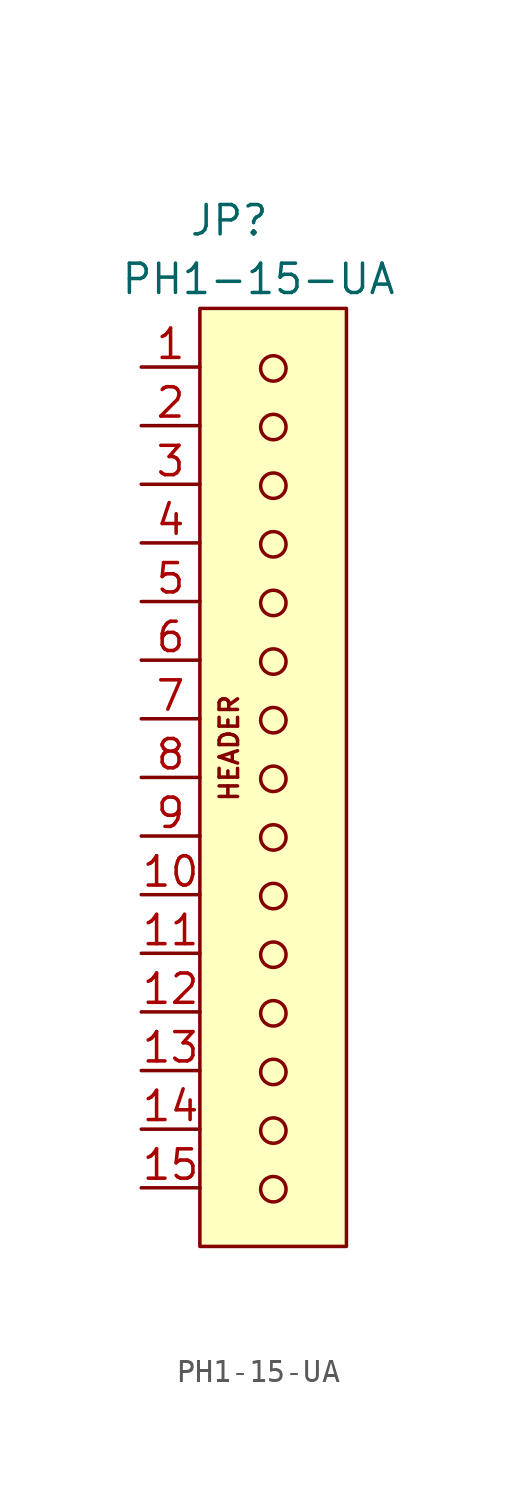
<source format=kicad_sym>
(kicad_symbol_lib
  (version 20220914)
  (generator kicad_symbol_editor)
  (symbol "PH1-15-UA"
    (property "Reference" "JP"
      (at -7.62 2.54 0)
      (effects (font (size 1.27 1.27))))
    (property "Value" "PH1-15-UA"
      (at -6.35 0 0)
      (effects (font (size 1.27 1.27))))
    (symbol "PH1-15-UA_1_1"
      (rectangle (start -8.89 -1.27) (end -2.54 -41.91) (stroke (width 0) (type default)) (fill (type background)))
      (circle (center -5.707 -39.431) (radius 0.551) (stroke (width 0) (type default)) (fill (type none)))
      (circle (center -5.707 -36.891) (radius 0.551) (stroke (width 0) (type default)) (fill (type none)))
      (circle (center -5.707 -34.351) (radius 0.551) (stroke (width 0) (type default)) (fill (type none)))
      (circle (center -5.707 -31.811) (radius 0.551) (stroke (width 0) (type default)) (fill (type none)))
      (circle (center -5.707 -29.271) (radius 0.551) (stroke (width 0) (type default)) (fill (type none)))
      (circle (center -5.707 -26.731) (radius 0.551) (stroke (width 0) (type default)) (fill (type none)))
      (circle (center -5.707 -24.191) (radius 0.551) (stroke (width 0) (type default)) (fill (type none)))
      (circle (center -5.707 -21.651) (radius 0.551) (stroke (width 0) (type default)) (fill (type none)))
      (circle (center -5.707 -19.111) (radius 0.551) (stroke (width 0) (type default)) (fill (type none)))
      (circle (center -5.707 -16.571) (radius 0.551) (stroke (width 0) (type default)) (fill (type none)))
      (circle (center -5.707 -14.031) (radius 0.551) (stroke (width 0) (type default)) (fill (type none)))
      (circle (center -5.707 -11.491) (radius 0.551) (stroke (width 0) (type default)) (fill (type none)))
      (circle (center -5.707 -8.951) (radius 0.551) (stroke (width 0) (type default)) (fill (type none)))
      (circle (center -5.707 -6.411) (radius 0.551) (stroke (width 0) (type default)) (fill (type none)))
      (circle (center -5.707 -3.871) (radius 0.551) (stroke (width 0) (type default)) (fill (type none)))
      (text "HEADER" (at -7.62 -20.32 900) (effects (font (size 0.8 0.8))))
      (pin bidirectional line (at -11.43 -3.81 0) (length 2.54) (name "" (effects (font (size 1.27 1.27)))) (number "1" (effects (font (size 1.27 1.27)))))
      (pin bidirectional line (at -11.43 -26.67 0) (length 2.54) (name "" (effects (font (size 1.27 1.27)))) (number "10" (effects (font (size 1.27 1.27)))))
      (pin bidirectional line (at -11.43 -29.21 0) (length 2.54) (name "" (effects (font (size 1.27 1.27)))) (number "11" (effects (font (size 1.27 1.27)))))
      (pin bidirectional line (at -11.43 -31.75 0) (length 2.54) (name "" (effects (font (size 1.27 1.27)))) (number "12" (effects (font (size 1.27 1.27)))))
      (pin bidirectional line (at -11.43 -34.29 0) (length 2.54) (name "" (effects (font (size 1.27 1.27)))) (number "13" (effects (font (size 1.27 1.27)))))
      (pin bidirectional line (at -11.43 -36.83 0) (length 2.54) (name "" (effects (font (size 1.27 1.27)))) (number "14" (effects (font (size 1.27 1.27)))))
      (pin bidirectional line (at -11.43 -39.37 0) (length 2.54) (name "" (effects (font (size 1.27 1.27)))) (number "15" (effects (font (size 1.27 1.27)))))
      (pin bidirectional line (at -11.43 -6.35 0) (length 2.54) (name "" (effects (font (size 1.27 1.27)))) (number "2" (effects (font (size 1.27 1.27)))))
      (pin bidirectional line (at -11.43 -8.89 0) (length 2.54) (name "" (effects (font (size 1.27 1.27)))) (number "3" (effects (font (size 1.27 1.27)))))
      (pin bidirectional line (at -11.43 -11.43 0) (length 2.54) (name "" (effects (font (size 1.27 1.27)))) (number "4" (effects (font (size 1.27 1.27)))))
      (pin bidirectional line (at -11.43 -13.97 0) (length 2.54) (name "" (effects (font (size 1.27 1.27)))) (number "5" (effects (font (size 1.27 1.27)))))
      (pin bidirectional line (at -11.43 -16.51 0) (length 2.54) (name "" (effects (font (size 1.27 1.27)))) (number "6" (effects (font (size 1.27 1.27)))))
      (pin bidirectional line (at -11.43 -19.05 0) (length 2.54) (name "" (effects (font (size 1.27 1.27)))) (number "7" (effects (font (size 1.27 1.27)))))
      (pin bidirectional line (at -11.43 -21.59 0) (length 2.54) (name "" (effects (font (size 1.27 1.27)))) (number "8" (effects (font (size 1.27 1.27)))))
      (pin bidirectional line (at -11.43 -24.13 0) (length 2.54) (name "" (effects (font (size 1.27 1.27)))) (number "9" (effects (font (size 1.27 1.27))))))))
</source>
